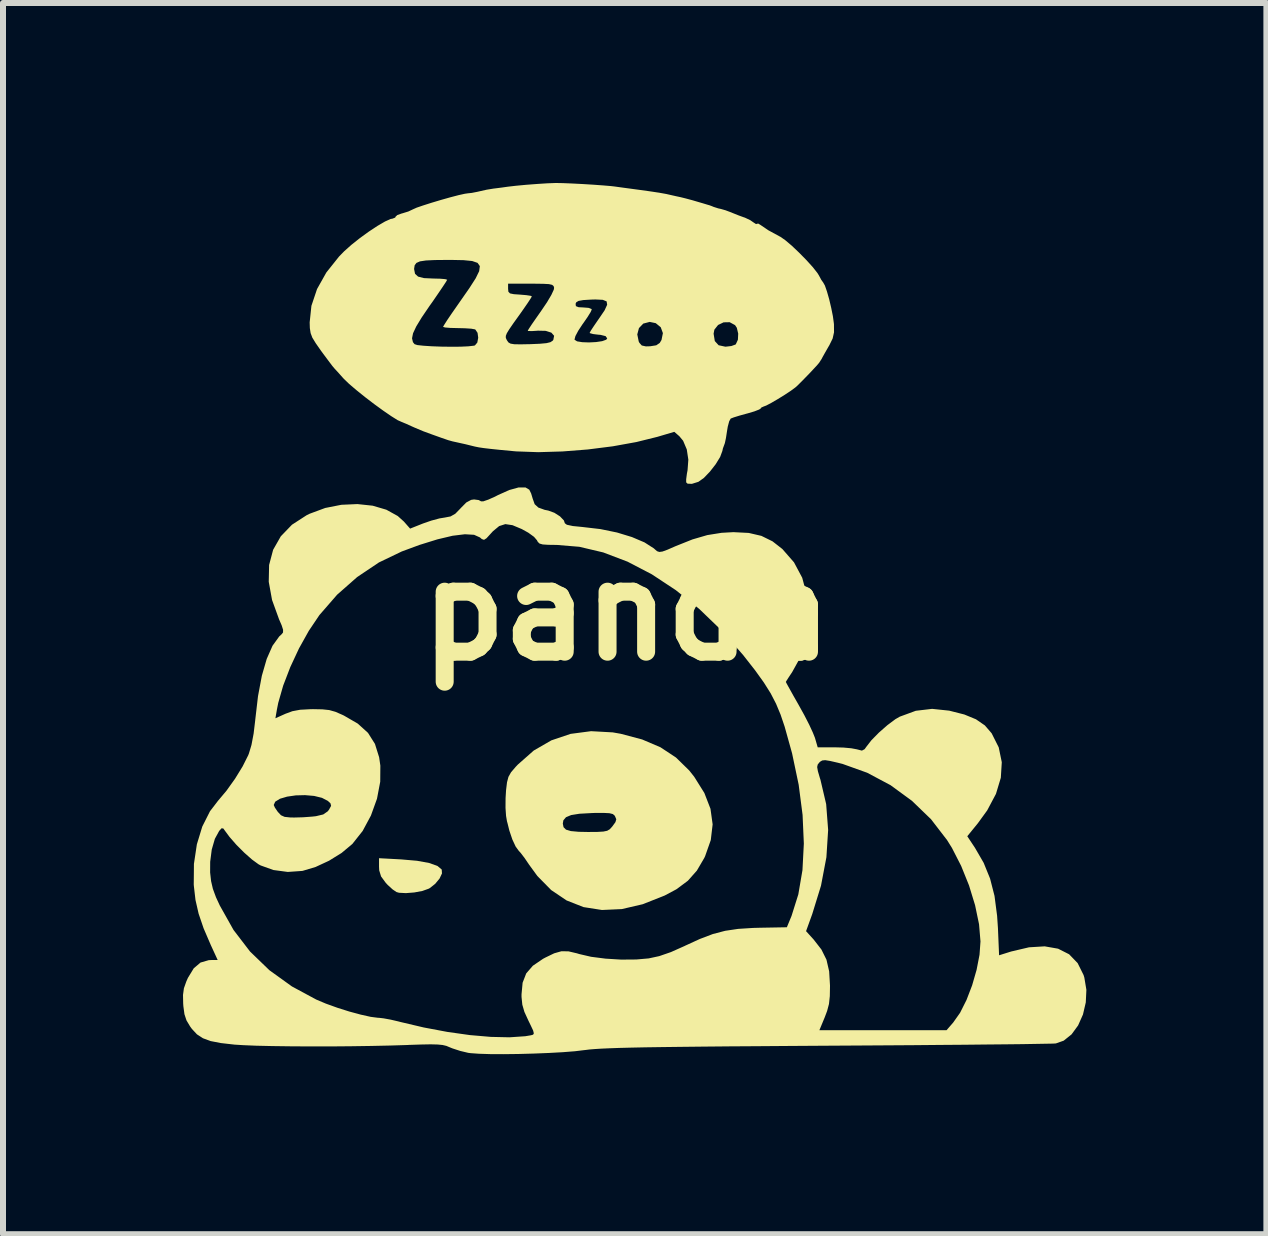
<source format=kicad_pcb>
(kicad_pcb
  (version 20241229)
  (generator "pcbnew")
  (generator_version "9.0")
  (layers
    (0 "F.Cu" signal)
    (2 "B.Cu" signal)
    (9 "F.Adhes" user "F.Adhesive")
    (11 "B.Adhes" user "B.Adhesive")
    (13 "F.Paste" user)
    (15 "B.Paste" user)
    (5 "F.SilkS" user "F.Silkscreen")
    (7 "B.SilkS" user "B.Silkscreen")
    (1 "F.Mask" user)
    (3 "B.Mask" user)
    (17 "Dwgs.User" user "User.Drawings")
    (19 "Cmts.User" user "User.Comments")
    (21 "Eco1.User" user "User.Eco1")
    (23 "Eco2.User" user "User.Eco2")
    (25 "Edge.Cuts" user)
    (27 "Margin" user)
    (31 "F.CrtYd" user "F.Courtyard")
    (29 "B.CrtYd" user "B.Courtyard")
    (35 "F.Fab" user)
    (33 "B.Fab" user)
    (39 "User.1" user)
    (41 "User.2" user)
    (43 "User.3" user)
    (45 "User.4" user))
  (footprint "panda"
    (layer "F.Cu")
    (at 7.397 7.133)
    (property "Reference" "panda" (at 0 0 0) (layer "F.SilkS") (effects (font (size 1.5 1.5) (thickness 0.3))))
    (attr board_only exclude_from_pos_files exclude_from_bom)
    (fp_poly (pts (xy -3.76 4.14) (xy -3.496 4.163) (xy -3.294 4.2) (xy -3.155 4.25) (xy -3.085 4.309) (xy -3.081 4.374) (xy -3.121 4.459) (xy -3.194 4.547) (xy -3.285 4.619) (xy -3.304 4.629) (xy -3.408 4.666) (xy -3.543 4.691) (xy -3.682 4.702) (xy -3.797 4.696) (xy -3.839 4.684) (xy -3.904 4.64) (xy -3.986 4.565) (xy -4.02 4.528) (xy -4.096 4.424) (xy -4.127 4.323) (xy -4.13 4.261) (xy -4.13 4.12)) (stroke (width 0) (type solid)) (fill yes) (layer "F.SilkS"))
    (fp_poly (pts (xy -0.235 2.023) (xy -0.104 2.046) (xy 0.255 2.141) (xy 0.56 2.271) (xy 0.819 2.442) (xy 1.039 2.657) (xy 1.123 2.763) (xy 1.292 3.033) (xy 1.394 3.296) (xy 1.43 3.556) (xy 1.399 3.818) (xy 1.304 4.088) (xy 1.29 4.117) (xy 1.167 4.327) (xy 1.017 4.496) (xy 0.826 4.638) (xy 0.631 4.742) (xy 0.265 4.887) (xy -0.084 4.968) (xy -0.415 4.983) (xy -0.722 4.935) (xy -1.004 4.824) (xy -1.261 4.651) (xy -1.491 4.417) (xy -1.631 4.225) (xy -1.702 4.12) (xy -1.766 4.036) (xy -1.802 3.996) (xy -1.853 3.926) (xy -1.908 3.808) (xy -1.958 3.66) (xy -1.987 3.543) (xy -1.067 3.543) (xy -1.055 3.603) (xy -1.014 3.644) (xy -0.933 3.668) (xy -0.802 3.68) (xy -0.65 3.683) (xy -0.494 3.682) (xy -0.392 3.676) (xy -0.328 3.663) (xy -0.285 3.638) (xy -0.249 3.599) (xy -0.243 3.592) (xy -0.19 3.519) (xy -0.176 3.471) (xy -0.196 3.423) (xy -0.205 3.408) (xy -0.234 3.384) (xy -0.291 3.37) (xy -0.39 3.365) (xy -0.541 3.366) (xy -0.592 3.368) (xy -0.79 3.379) (xy -0.928 3.401) (xy -1.014 3.437) (xy -1.058 3.489) (xy -1.067 3.543) (xy -1.987 3.543) (xy -1.998 3.503) (xy -2.013 3.415) (xy -2.022 3.282) (xy -2.021 3.12) (xy -2.013 2.987) (xy -1.997 2.855) (xy -1.973 2.764) (xy -1.93 2.688) (xy -1.854 2.599) (xy -1.816 2.559) (xy -1.552 2.326) (xy -1.258 2.156) (xy -0.938 2.048) (xy -0.596 2.003)) (stroke (width 0) (type solid)) (fill yes) (layer "F.SilkS"))
    (fp_poly (pts (xy -1.066 -7.131) (xy -0.916 -7.125) (xy -0.741 -7.116) (xy -0.562 -7.105) (xy -0.397 -7.093) (xy -0.266 -7.082) (xy -0.206 -7.075) (xy -0.119 -7.063) (xy -0.001 -7.047) (xy 0.052 -7.04) (xy 0.229 -7.016) (xy 0.352 -6.999) (xy 0.435 -6.987) (xy 0.493 -6.978) (xy 0.541 -6.971) (xy 0.551 -6.969) (xy 0.657 -6.95) (xy 0.723 -6.935) (xy 0.829 -6.911) (xy 0.895 -6.897) (xy 0.976 -6.877) (xy 1.092 -6.846) (xy 1.17 -6.823) (xy 1.276 -6.792) (xy 1.352 -6.769) (xy 1.377 -6.762) (xy 1.42 -6.746) (xy 1.446 -6.735) (xy 1.524 -6.71) (xy 1.566 -6.701) (xy 1.643 -6.679) (xy 1.742 -6.642) (xy 1.758 -6.635) (xy 1.863 -6.593) (xy 1.956 -6.559) (xy 1.965 -6.557) (xy 2.056 -6.514) (xy 2.108 -6.478) (xy 2.154 -6.448) (xy 2.168 -6.453) (xy 2.19 -6.457) (xy 2.229 -6.433) (xy 2.357 -6.346) (xy 2.548 -6.242) (xy 2.56 -6.236) (xy 2.639 -6.181) (xy 2.748 -6.089) (xy 2.87 -5.973) (xy 2.993 -5.848) (xy 3.1 -5.73) (xy 3.177 -5.632) (xy 3.201 -5.593) (xy 3.242 -5.517) (xy 3.273 -5.474) (xy 3.274 -5.472) (xy 3.301 -5.424) (xy 3.335 -5.326) (xy 3.372 -5.197) (xy 3.406 -5.053) (xy 3.434 -4.914) (xy 3.45 -4.797) (xy 3.452 -4.776) (xy 3.453 -4.644) (xy 3.43 -4.541) (xy 3.374 -4.427) (xy 3.367 -4.416) (xy 3.309 -4.315) (xy 3.263 -4.233) (xy 3.247 -4.202) (xy 3.205 -4.137) (xy 3.169 -4.094) (xy 3.041 -3.957) (xy 2.929 -3.842) (xy 2.845 -3.758) (xy 2.809 -3.726) (xy 2.733 -3.67) (xy 2.63 -3.602) (xy 2.515 -3.531) (xy 2.407 -3.468) (xy 2.323 -3.424) (xy 2.28 -3.408) (xy 2.24 -3.39) (xy 2.237 -3.38) (xy 2.206 -3.358) (xy 2.126 -3.327) (xy 2.012 -3.293) (xy 2.003 -3.291) (xy 1.88 -3.257) (xy 1.783 -3.227) (xy 1.731 -3.207) (xy 1.731 -3.207) (xy 1.706 -3.162) (xy 1.682 -3.072) (xy 1.669 -2.994) (xy 1.652 -2.883) (xy 1.634 -2.799) (xy 1.624 -2.771) (xy 1.601 -2.709) (xy 1.592 -2.667) (xy 1.555 -2.567) (xy 1.48 -2.445) (xy 1.384 -2.322) (xy 1.283 -2.217) (xy 1.193 -2.153) (xy 1.187 -2.151) (xy 1.084 -2.119) (xy 1.012 -2.122) (xy 0.989 -2.144) (xy 0.989 -2.195) (xy 1.001 -2.288) (xy 1.012 -2.346) (xy 1.025 -2.522) (xy 0.999 -2.693) (xy 0.938 -2.837) (xy 0.875 -2.913) (xy 0.791 -2.986) (xy 0.507 -2.902) (xy 0.16 -2.816) (xy -0.233 -2.745) (xy -0.651 -2.692) (xy -1.073 -2.659) (xy -1.477 -2.647) (xy -1.844 -2.66) (xy -1.91 -2.666) (xy -2.12 -2.686) (xy -2.273 -2.702) (xy -2.384 -2.715) (xy -2.465 -2.727) (xy -2.53 -2.74) (xy -2.575 -2.751) (xy -2.692 -2.78) (xy -2.801 -2.804) (xy -2.805 -2.805) (xy -2.905 -2.827) (xy -2.977 -2.847) (xy -3.029 -2.865) (xy -3.09 -2.886) (xy -3.188 -2.921) (xy -3.252 -2.944) (xy -3.391 -2.995) (xy -3.534 -3.055) (xy -3.579 -3.075) (xy -3.672 -3.117) (xy -3.736 -3.144) (xy -3.751 -3.15) (xy -3.819 -3.18) (xy -3.926 -3.247) (xy -4.06 -3.339) (xy -4.21 -3.448) (xy -4.363 -3.565) (xy -4.507 -3.681) (xy -4.629 -3.785) (xy -4.717 -3.87) (xy -4.73 -3.884) (xy -4.802 -3.965) (xy -4.859 -4.027) (xy -4.873 -4.042) (xy -4.909 -4.085) (xy -4.973 -4.17) (xy -5.055 -4.28) (xy -5.097 -4.337) (xy -5.185 -4.463) (xy -5.235 -4.545) (xy -3.58 -4.545) (xy -3.565 -4.481) (xy -3.538 -4.447) (xy -3.491 -4.432) (xy -3.39 -4.421) (xy -3.253 -4.412) (xy -3.093 -4.406) (xy -2.928 -4.404) (xy -2.773 -4.405) (xy -2.643 -4.411) (xy -2.554 -4.421) (xy -2.532 -4.426) (xy -2.492 -4.474) (xy -2.477 -4.554) (xy -2.481 -4.585) (xy -2.017 -4.585) (xy -2.017 -4.552) (xy -2.003 -4.521) (xy -1.996 -4.508) (xy -1.973 -4.476) (xy -1.938 -4.456) (xy -1.877 -4.446) (xy -1.774 -4.444) (xy -1.618 -4.447) (xy -1.611 -4.447) (xy -1.448 -4.454) (xy -1.34 -4.464) (xy -1.274 -4.48) (xy -1.237 -4.504) (xy -1.225 -4.519) (xy -1.224 -4.525) (xy -0.872 -4.525) (xy -0.871 -4.521) (xy -0.829 -4.494) (xy -0.743 -4.48) (xy -0.631 -4.476) (xy -0.514 -4.482) (xy -0.412 -4.497) (xy -0.344 -4.521) (xy -0.327 -4.543) (xy -0.354 -4.581) (xy -0.438 -4.602) (xy -0.473 -4.605) (xy -0.517 -4.61) (xy 0.174 -4.61) (xy 0.198 -4.492) (xy 0.209 -4.47) (xy 0.249 -4.425) (xy 0.317 -4.41) (xy 0.389 -4.412) (xy 0.49 -4.428) (xy 0.548 -4.467) (xy 0.578 -4.517) (xy 0.599 -4.622) (xy 1.446 -4.622) (xy 1.466 -4.499) (xy 1.53 -4.429) (xy 1.642 -4.405) (xy 1.646 -4.405) (xy 1.742 -4.416) (xy 1.811 -4.441) (xy 1.817 -4.447) (xy 1.851 -4.521) (xy 1.856 -4.623) (xy 1.833 -4.72) (xy 1.804 -4.764) (xy 1.714 -4.813) (xy 1.613 -4.811) (xy 1.521 -4.767) (xy 1.459 -4.689) (xy 1.446 -4.622) (xy 0.599 -4.622) (xy 0.601 -4.631) (xy 0.565 -4.729) (xy 0.482 -4.797) (xy 0.381 -4.818) (xy 0.274 -4.79) (xy 0.202 -4.715) (xy 0.174 -4.61) (xy -0.517 -4.61) (xy -0.563 -4.616) (xy -0.614 -4.63) (xy -0.62 -4.635) (xy -0.601 -4.671) (xy -0.551 -4.747) (xy -0.481 -4.849) (xy -0.462 -4.876) (xy -0.37 -5.012) (xy -0.328 -5.104) (xy -0.337 -5.16) (xy -0.401 -5.186) (xy -0.523 -5.192) (xy -0.593 -5.19) (xy -0.726 -5.182) (xy -0.805 -5.168) (xy -0.843 -5.145) (xy -0.854 -5.12) (xy -0.849 -5.081) (xy -0.805 -5.063) (xy -0.725 -5.059) (xy -0.638 -5.052) (xy -0.589 -5.033) (xy -0.585 -5.024) (xy -0.604 -4.981) (xy -0.654 -4.9) (xy -0.726 -4.796) (xy -0.738 -4.78) (xy -0.809 -4.672) (xy -0.857 -4.582) (xy -0.872 -4.525) (xy -1.224 -4.525) (xy -1.212 -4.587) (xy -1.258 -4.639) (xy -1.352 -4.669) (xy -1.485 -4.672) (xy -1.489 -4.671) (xy -1.584 -4.665) (xy -1.643 -4.667) (xy -1.652 -4.671) (xy -1.633 -4.703) (xy -1.583 -4.779) (xy -1.508 -4.887) (xy -1.428 -5.001) (xy -1.33 -5.146) (xy -1.258 -5.268) (xy -1.218 -5.354) (xy -1.212 -5.386) (xy -1.221 -5.416) (xy -1.246 -5.436) (xy -1.299 -5.448) (xy -1.393 -5.453) (xy -1.539 -5.455) (xy -1.6 -5.455) (xy -1.979 -5.455) (xy -1.979 -5.369) (xy -1.974 -5.32) (xy -1.947 -5.293) (xy -1.883 -5.28) (xy -1.781 -5.273) (xy -1.675 -5.264) (xy -1.603 -5.253) (xy -1.583 -5.244) (xy -1.602 -5.21) (xy -1.653 -5.132) (xy -1.727 -5.025) (xy -1.784 -4.944) (xy -1.889 -4.798) (xy -1.959 -4.696) (xy -2 -4.629) (xy -2.017 -4.585) (xy -2.481 -4.585) (xy -2.488 -4.636) (xy -2.525 -4.691) (xy -2.532 -4.694) (xy -2.593 -4.705) (xy -2.699 -4.712) (xy -2.825 -4.715) (xy -2.943 -4.718) (xy -3.028 -4.725) (xy -3.063 -4.735) (xy -3.063 -4.735) (xy -3.044 -4.769) (xy -2.993 -4.849) (xy -2.915 -4.964) (xy -2.818 -5.103) (xy -2.77 -5.172) (xy -2.623 -5.383) (xy -2.519 -5.545) (xy -2.461 -5.664) (xy -2.45 -5.748) (xy -2.488 -5.802) (xy -2.578 -5.833) (xy -2.721 -5.847) (xy -2.92 -5.851) (xy -2.992 -5.851) (xy -3.2 -5.849) (xy -3.348 -5.842) (xy -3.448 -5.827) (xy -3.507 -5.801) (xy -3.536 -5.762) (xy -3.545 -5.706) (xy -3.545 -5.696) (xy -3.53 -5.62) (xy -3.479 -5.573) (xy -3.381 -5.548) (xy -3.228 -5.541) (xy -3.111 -5.538) (xy -3.028 -5.531) (xy -2.994 -5.521) (xy -2.994 -5.521) (xy -3.013 -5.487) (xy -3.065 -5.408) (xy -3.143 -5.293) (xy -3.239 -5.153) (xy -3.287 -5.086) (xy -3.419 -4.892) (xy -3.51 -4.742) (xy -3.563 -4.629) (xy -3.58 -4.545) (xy -5.235 -4.545) (xy -5.241 -4.554) (xy -5.27 -4.631) (xy -5.283 -4.714) (xy -5.286 -4.81) (xy -5.257 -5.086) (xy -5.163 -5.366) (xy -5.008 -5.642) (xy -4.796 -5.908) (xy -4.711 -5.995) (xy -4.59 -6.103) (xy -4.449 -6.215) (xy -4.3 -6.323) (xy -4.156 -6.418) (xy -4.031 -6.491) (xy -3.938 -6.533) (xy -3.905 -6.539) (xy -3.86 -6.557) (xy -3.855 -6.571) (xy -3.825 -6.599) (xy -3.752 -6.625) (xy -3.743 -6.627) (xy -3.642 -6.658) (xy -3.563 -6.695) (xy -3.503 -6.722) (xy -3.395 -6.759) (xy -3.254 -6.804) (xy -3.097 -6.851) (xy -2.941 -6.895) (xy -2.803 -6.931) (xy -2.699 -6.954) (xy -2.65 -6.961) (xy -2.585 -6.968) (xy -2.488 -6.987) (xy -2.462 -6.993) (xy -2.338 -7.021) (xy -2.215 -7.041) (xy -2.204 -7.042) (xy -2.086 -7.057) (xy -1.979 -7.072) (xy -1.849 -7.087) (xy -1.679 -7.103) (xy -1.495 -7.117) (xy -1.324 -7.128) (xy -1.19 -7.133) (xy -1.17 -7.133)) (stroke (width 0) (type solid)) (fill yes) (layer "F.SilkS"))
    (fp_poly (pts (xy -1.689 -2.059) (xy -1.626 -2.022) (xy -1.595 -1.959) (xy -1.568 -1.869) (xy -1.567 -1.867) (xy -1.536 -1.78) (xy -1.475 -1.724) (xy -1.37 -1.686) (xy -1.31 -1.674) (xy -1.208 -1.637) (xy -1.114 -1.577) (xy -1.049 -1.509) (xy -1.033 -1.462) (xy -0.999 -1.437) (xy -0.9 -1.416) (xy -0.739 -1.4) (xy -0.731 -1.399) (xy -0.44 -1.365) (xy -0.163 -1.308) (xy 0.086 -1.232) (xy 0.295 -1.143) (xy 0.451 -1.043) (xy 0.468 -1.027) (xy 0.505 -0.996) (xy 0.542 -0.984) (xy 0.594 -0.991) (xy 0.676 -1.021) (xy 0.804 -1.077) (xy 0.816 -1.082) (xy 1.094 -1.193) (xy 1.341 -1.265) (xy 1.579 -1.303) (xy 1.776 -1.314) (xy 2.032 -1.301) (xy 2.243 -1.252) (xy 2.428 -1.161) (xy 2.592 -1.033) (xy 2.786 -0.811) (xy 2.923 -0.554) (xy 3.001 -0.261) (xy 3.023 0.07) (xy 3.019 0.171) (xy 2.97 0.512) (xy 2.868 0.815) (xy 2.755 1.019) (xy 2.697 1.106) (xy 2.659 1.166) (xy 2.65 1.182) (xy 2.666 1.214) (xy 2.71 1.293) (xy 2.775 1.41) (xy 2.856 1.552) (xy 2.87 1.577) (xy 2.959 1.738) (xy 3.039 1.894) (xy 3.1 2.026) (xy 3.136 2.116) (xy 3.136 2.117) (xy 3.181 2.272) (xy 3.464 2.272) (xy 3.61 2.276) (xy 3.741 2.288) (xy 3.832 2.305) (xy 3.844 2.308) (xy 3.918 2.327) (xy 3.963 2.303) (xy 3.99 2.265) (xy 4.077 2.153) (xy 4.202 2.026) (xy 4.342 1.903) (xy 4.476 1.803) (xy 4.549 1.761) (xy 4.816 1.663) (xy 5.088 1.631) (xy 5.373 1.661) (xy 5.625 1.725) (xy 5.819 1.805) (xy 5.967 1.907) (xy 6.079 2.037) (xy 6.081 2.04) (xy 6.198 2.273) (xy 6.249 2.52) (xy 6.233 2.779) (xy 6.152 3.048) (xy 6.006 3.323) (xy 5.85 3.538) (xy 5.674 3.754) (xy 5.802 3.947) (xy 5.947 4.197) (xy 6.054 4.46) (xy 6.128 4.749) (xy 6.171 5.08) (xy 6.185 5.287) (xy 6.204 5.738) (xy 6.405 5.675) (xy 6.703 5.605) (xy 6.964 5.589) (xy 7.187 5.628) (xy 7.371 5.721) (xy 7.513 5.868) (xy 7.612 6.067) (xy 7.625 6.11) (xy 7.659 6.314) (xy 7.649 6.523) (xy 7.602 6.725) (xy 7.521 6.907) (xy 7.412 7.056) (xy 7.281 7.161) (xy 7.151 7.207) (xy 7.102 7.21) (xy 6.988 7.212) (xy 6.816 7.215) (xy 6.588 7.219) (xy 6.31 7.222) (xy 5.986 7.225) (xy 5.621 7.229) (xy 5.219 7.232) (xy 4.786 7.236) (xy 4.326 7.239) (xy 3.843 7.242) (xy 3.342 7.245) (xy 3.338 7.245) (xy 2.73 7.249) (xy 2.187 7.253) (xy 1.705 7.256) (xy 1.28 7.26) (xy 0.908 7.264) (xy 0.585 7.268) (xy 0.308 7.272) (xy 0.072 7.277) (xy -0.127 7.282) (xy -0.292 7.288) (xy -0.427 7.294) (xy -0.537 7.301) (xy -0.624 7.308) (xy -0.694 7.317) (xy -0.706 7.318) (xy -0.863 7.337) (xy -1.066 7.353) (xy -1.3 7.366) (xy -1.551 7.376) (xy -1.807 7.383) (xy -2.054 7.386) (xy -2.278 7.385) (xy -2.466 7.379) (xy -2.604 7.369) (xy -2.643 7.364) (xy -2.777 7.332) (xy -2.906 7.29) (xy -2.953 7.271) (xy -3.008 7.248) (xy -3.071 7.233) (xy -3.154 7.225) (xy -3.269 7.222) (xy -3.427 7.225) (xy -3.642 7.232) (xy -3.648 7.233) (xy -3.939 7.242) (xy -4.259 7.249) (xy -4.597 7.254) (xy -4.943 7.257) (xy -5.284 7.257) (xy -5.611 7.255) (xy -5.912 7.251) (xy -6.176 7.245) (xy -6.392 7.236) (xy -6.538 7.227) (xy -6.765 7.201) (xy -6.936 7.168) (xy -7.064 7.121) (xy -7.164 7.056) (xy -7.248 6.966) (xy -7.278 6.925) (xy -7.339 6.823) (xy -7.373 6.72) (xy -7.391 6.586) (xy -7.394 6.543) (xy -7.397 6.399) (xy -7.382 6.288) (xy -7.342 6.175) (xy -7.315 6.114) (xy -7.218 5.955) (xy -7.105 5.859) (xy -6.967 5.819) (xy -6.922 5.817) (xy -6.819 5.817) (xy -6.934 5.567) (xy -7.054 5.288) (xy -7.137 5.044) (xy -7.189 4.816) (xy -7.216 4.583) (xy -7.218 4.558) (xy -7.216 4.358) (xy -6.945 4.358) (xy -6.929 4.502) (xy -6.899 4.631) (xy -6.847 4.772) (xy -6.784 4.908) (xy -6.555 5.316) (xy -6.28 5.675) (xy -5.957 5.987) (xy -5.582 6.257) (xy -5.176 6.476) (xy -5.015 6.544) (xy -4.826 6.612) (xy -4.627 6.675) (xy -4.435 6.727) (xy -4.269 6.764) (xy -4.146 6.78) (xy -4.132 6.78) (xy -4.054 6.789) (xy -3.934 6.811) (xy -3.797 6.843) (xy -3.784 6.847) (xy -3.385 6.941) (xy -2.992 7.015) (xy -2.616 7.068) (xy -2.267 7.098) (xy -1.956 7.105) (xy -1.693 7.087) (xy -1.597 7.071) (xy -1.562 7.061) (xy -1.55 7.039) (xy -1.562 6.991) (xy -1.603 6.904) (xy -1.64 6.828) (xy -1.707 6.682) (xy -1.742 6.561) (xy -1.755 6.432) (xy -1.755 6.389) (xy -1.737 6.195) (xy -1.677 6.04) (xy -1.566 5.912) (xy -1.397 5.797) (xy -1.36 5.777) (xy -1.211 5.705) (xy -1.091 5.671) (xy -0.974 5.672) (xy -0.833 5.705) (xy -0.794 5.717) (xy -0.596 5.763) (xy -0.355 5.794) (xy -0.095 5.81) (xy 0.159 5.808) (xy 0.364 5.79) (xy 0.54 5.752) (xy 0.734 5.685) (xy 0.965 5.582) (xy 0.966 5.581) (xy 1.217 5.466) (xy 1.433 5.384) (xy 1.616 5.336) (xy 2.987 5.336) (xy 3.114 5.476) (xy 3.243 5.642) (xy 3.327 5.811) (xy 3.372 6.006) (xy 3.386 6.244) (xy 3.386 6.247) (xy 3.383 6.418) (xy 3.369 6.549) (xy 3.338 6.666) (xy 3.298 6.772) (xy 3.209 6.987) (xy 4.268 6.987) (xy 5.328 6.987) (xy 5.439 6.859) (xy 5.554 6.696) (xy 5.661 6.483) (xy 5.755 6.238) (xy 5.829 5.981) (xy 5.878 5.729) (xy 5.894 5.507) (xy 5.87 5.221) (xy 5.804 4.904) (xy 5.703 4.574) (xy 5.572 4.249) (xy 5.418 3.948) (xy 5.337 3.818) (xy 5.07 3.471) (xy 4.752 3.164) (xy 4.395 2.903) (xy 4.006 2.696) (xy 3.596 2.549) (xy 3.517 2.529) (xy 3.387 2.499) (xy 3.306 2.486) (xy 3.256 2.491) (xy 3.221 2.512) (xy 3.209 2.524) (xy 3.181 2.559) (xy 3.172 2.601) (xy 3.184 2.669) (xy 3.216 2.779) (xy 3.227 2.813) (xy 3.322 3.218) (xy 3.355 3.649) (xy 3.326 4.104) (xy 3.236 4.578) (xy 3.09 5.051) (xy 2.987 5.336) (xy 1.616 5.336) (xy 1.639 5.33) (xy 1.855 5.298) (xy 2.106 5.282) (xy 2.22 5.279) (xy 2.667 5.271) (xy 2.745 5.082) (xy 2.858 4.723) (xy 2.927 4.319) (xy 2.95 3.876) (xy 2.929 3.399) (xy 2.864 2.896) (xy 2.754 2.372) (xy 2.63 1.927) (xy 2.562 1.726) (xy 2.487 1.546) (xy 2.397 1.372) (xy 2.283 1.191) (xy 2.138 0.989) (xy 1.953 0.753) (xy 1.939 0.735) (xy 1.585 0.33) (xy 1.209 -0.032) (xy 0.818 -0.346) (xy 0.417 -0.611) (xy 0.012 -0.822) (xy -0.393 -0.976) (xy -0.791 -1.07) (xy -1.166 -1.101) (xy -1.311 -1.103) (xy -1.402 -1.109) (xy -1.455 -1.124) (xy -1.484 -1.152) (xy -1.498 -1.179) (xy -1.547 -1.236) (xy -1.642 -1.305) (xy -1.75 -1.365) (xy -1.905 -1.43) (xy -2.025 -1.448) (xy -2.128 -1.415) (xy -2.232 -1.329) (xy -2.273 -1.284) (xy -2.339 -1.212) (xy -2.38 -1.186) (xy -2.417 -1.199) (xy -2.448 -1.226) (xy -2.546 -1.27) (xy -2.699 -1.279) (xy -2.904 -1.254) (xy -3.157 -1.194) (xy -3.456 -1.101) (xy -3.751 -0.992) (xy -4.132 -0.809) (xy -4.494 -0.566) (xy -4.828 -0.272) (xy -5.122 0.066) (xy -5.127 0.073) (xy -5.3 0.33) (xy -5.464 0.624) (xy -5.609 0.935) (xy -5.728 1.245) (xy -5.81 1.532) (xy -5.832 1.643) (xy -5.857 1.788) (xy -5.69 1.713) (xy -5.574 1.67) (xy -5.445 1.646) (xy -5.279 1.637) (xy -5.231 1.636) (xy -5.075 1.639) (xy -4.96 1.651) (xy -4.857 1.68) (xy -4.74 1.731) (xy -4.715 1.743) (xy -4.484 1.877) (xy -4.314 2.031) (xy -4.198 2.215) (xy -4.128 2.439) (xy -4.108 2.577) (xy -4.11 2.845) (xy -4.164 3.129) (xy -4.265 3.409) (xy -4.403 3.666) (xy -4.574 3.882) (xy -4.581 3.888) (xy -4.752 4.031) (xy -4.963 4.162) (xy -5.187 4.266) (xy -5.397 4.329) (xy -5.41 4.332) (xy -5.651 4.349) (xy -5.89 4.317) (xy -6.102 4.241) (xy -6.139 4.221) (xy -6.246 4.143) (xy -6.375 4.029) (xy -6.507 3.897) (xy -6.622 3.765) (xy -6.683 3.683) (xy -6.725 3.625) (xy -6.754 3.621) (xy -6.794 3.665) (xy -6.866 3.797) (xy -6.918 3.976) (xy -6.944 4.18) (xy -6.945 4.358) (xy -7.216 4.358) (xy -7.215 4.215) (xy -7.166 3.889) (xy -7.076 3.593) (xy -6.947 3.337) (xy -6.867 3.233) (xy -5.885 3.233) (xy -5.866 3.276) (xy -5.819 3.345) (xy -5.814 3.351) (xy -5.764 3.404) (xy -5.704 3.431) (xy -5.61 3.441) (xy -5.543 3.442) (xy -5.397 3.438) (xy -5.247 3.427) (xy -5.182 3.42) (xy -5.06 3.391) (xy -4.985 3.339) (xy -4.964 3.312) (xy -4.929 3.248) (xy -4.939 3.206) (xy -4.983 3.165) (xy -5.081 3.114) (xy -5.212 3.082) (xy -5.363 3.069) (xy -5.518 3.073) (xy -5.662 3.094) (xy -5.781 3.129) (xy -5.86 3.178) (xy -5.885 3.233) (xy -6.867 3.233) (xy -6.816 3.166) (xy -6.673 2.996) (xy -6.53 2.796) (xy -6.404 2.591) (xy -6.31 2.404) (xy -6.298 2.373) (xy -6.256 2.233) (xy -6.22 2.043) (xy -6.194 1.825) (xy -6.193 1.814) (xy -6.147 1.419) (xy -6.083 1.079) (xy -6.002 0.799) (xy -5.905 0.579) (xy -5.793 0.424) (xy -5.754 0.388) (xy -5.73 0.358) (xy -5.729 0.313) (xy -5.753 0.238) (xy -5.796 0.139) (xy -5.913 -0.184) (xy -5.968 -0.487) (xy -5.962 -0.767) (xy -5.895 -1.02) (xy -5.767 -1.245) (xy -5.581 -1.438) (xy -5.337 -1.596) (xy -5.286 -1.621) (xy -5.027 -1.717) (xy -4.758 -1.77) (xy -4.49 -1.782) (xy -4.236 -1.755) (xy -4.008 -1.688) (xy -3.818 -1.583) (xy -3.716 -1.491) (xy -3.612 -1.373) (xy -3.398 -1.458) (xy -3.26 -1.506) (xy -3.123 -1.543) (xy -3.037 -1.557) (xy -2.938 -1.576) (xy -2.859 -1.621) (xy -2.774 -1.708) (xy -2.768 -1.715) (xy -2.675 -1.809) (xy -2.595 -1.852) (xy -2.546 -1.859) (xy -2.469 -1.849) (xy -2.428 -1.827) (xy -2.391 -1.828) (xy -2.309 -1.856) (xy -2.197 -1.906) (xy -2.149 -1.931) (xy -1.96 -2.016) (xy -1.804 -2.059)) (stroke (width 0) (type solid)) (fill yes) (layer "F.SilkS")))
  (gr_rect
    (start -3 -3)
    (end 18.056 17.519)
    (stroke (width 0.1) (type default))
    (fill no)
    (layer "Edge.Cuts")))
</source>
